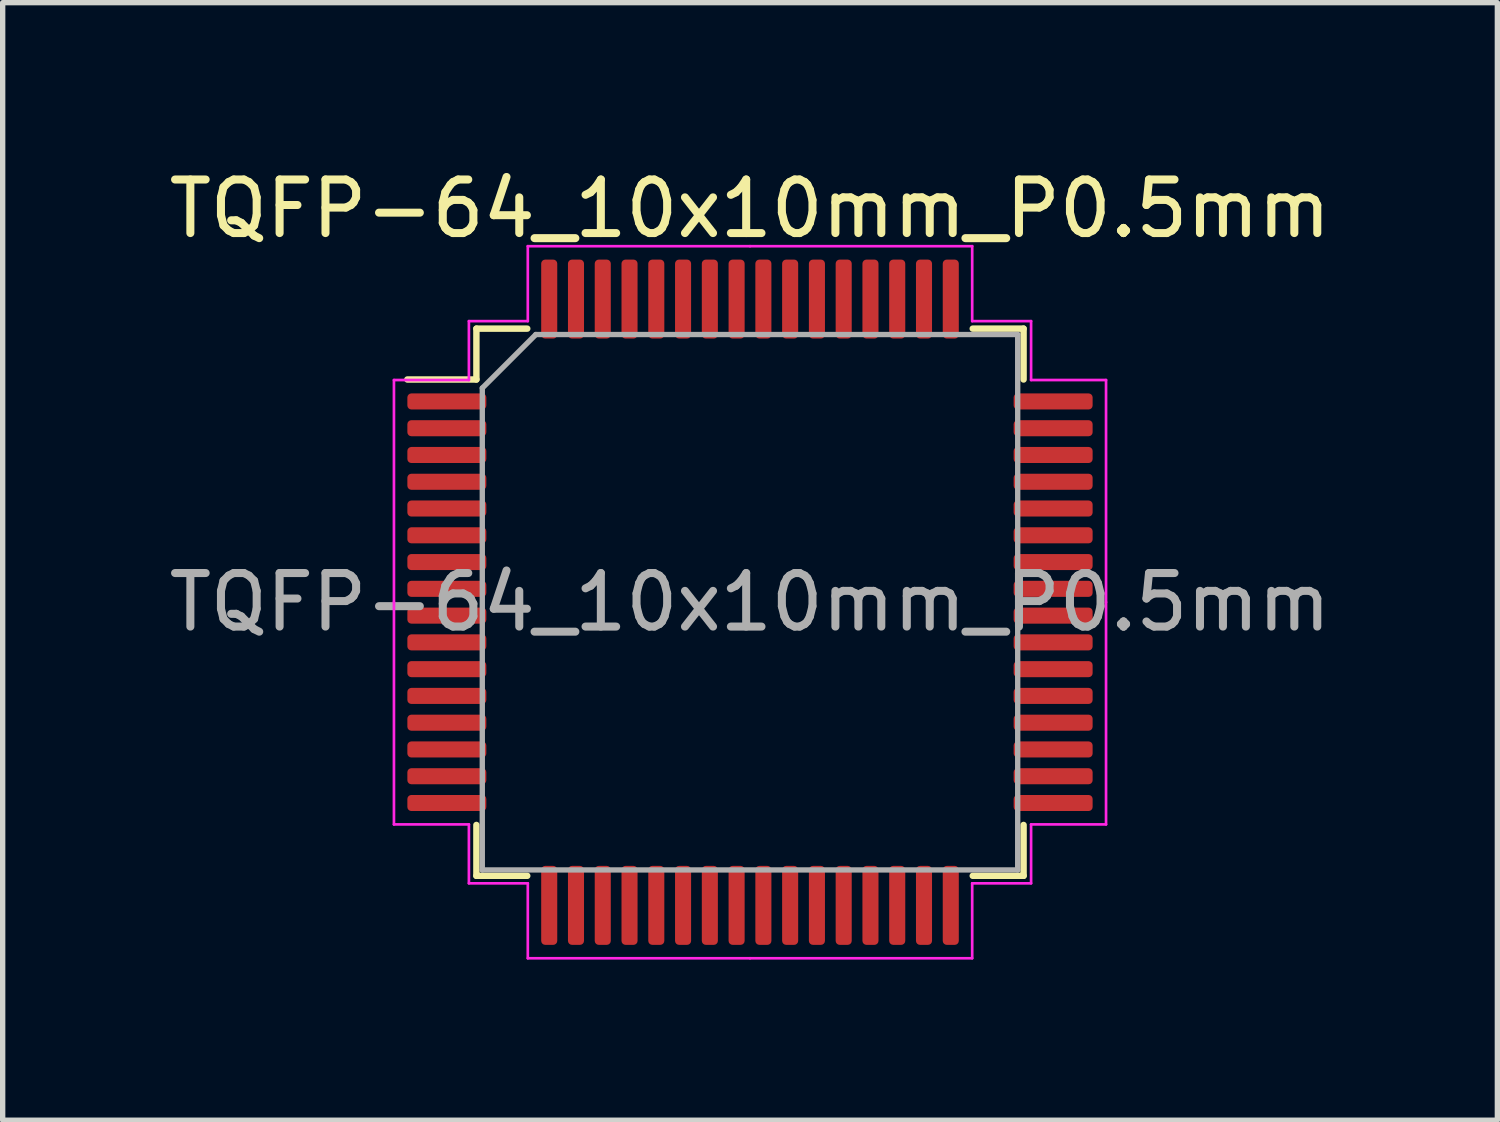
<source format=kicad_pcb>
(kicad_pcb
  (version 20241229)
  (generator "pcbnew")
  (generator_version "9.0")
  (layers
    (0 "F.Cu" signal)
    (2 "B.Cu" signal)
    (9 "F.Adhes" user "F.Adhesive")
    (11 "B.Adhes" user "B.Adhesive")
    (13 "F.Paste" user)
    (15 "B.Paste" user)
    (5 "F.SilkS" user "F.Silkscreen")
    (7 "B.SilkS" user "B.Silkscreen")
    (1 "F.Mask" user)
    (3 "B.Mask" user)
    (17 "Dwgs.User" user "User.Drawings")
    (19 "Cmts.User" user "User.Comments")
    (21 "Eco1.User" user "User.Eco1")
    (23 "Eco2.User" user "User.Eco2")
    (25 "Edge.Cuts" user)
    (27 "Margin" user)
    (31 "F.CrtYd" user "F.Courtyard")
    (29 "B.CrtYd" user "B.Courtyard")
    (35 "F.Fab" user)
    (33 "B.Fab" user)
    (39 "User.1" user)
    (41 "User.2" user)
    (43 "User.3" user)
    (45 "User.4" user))
  (footprint "TQFP-64_10x10mm_P0.5mm"
    (layer "F.Cu")
    (at 10.958 8.198)
    (property "Reference" "TQFP-64_10x10mm_P0.5mm" (at 0 -7.35 0) (layer "F.SilkS") (effects (font (size 1 1) (thickness 0.15))))
    (attr smd)
    (fp_line (start -5.11 -5.11) (end -5.11 -4.16) (stroke (width 0.12) (type solid)) (layer "F.SilkS"))
    (fp_line (start -5.11 -4.16) (end -6.4 -4.16) (stroke (width 0.12) (type solid)) (layer "F.SilkS"))
    (fp_line (start -5.11 5.11) (end -5.11 4.16) (stroke (width 0.12) (type solid)) (layer "F.SilkS"))
    (fp_line (start -4.16 -5.11) (end -5.11 -5.11) (stroke (width 0.12) (type solid)) (layer "F.SilkS"))
    (fp_line (start -4.16 5.11) (end -5.11 5.11) (stroke (width 0.12) (type solid)) (layer "F.SilkS"))
    (fp_line (start 4.16 -5.11) (end 5.11 -5.11) (stroke (width 0.12) (type solid)) (layer "F.SilkS"))
    (fp_line (start 4.16 5.11) (end 5.11 5.11) (stroke (width 0.12) (type solid)) (layer "F.SilkS"))
    (fp_line (start 5.11 -5.11) (end 5.11 -4.16) (stroke (width 0.12) (type solid)) (layer "F.SilkS"))
    (fp_line (start 5.11 5.11) (end 5.11 4.16) (stroke (width 0.12) (type solid)) (layer "F.SilkS"))
    (fp_line (start -6.65 -4.15) (end -6.65 0) (stroke (width 0.05) (type solid)) (layer "F.CrtYd"))
    (fp_line (start -6.65 4.15) (end -6.65 0) (stroke (width 0.05) (type solid)) (layer "F.CrtYd"))
    (fp_line (start -5.25 -5.25) (end -5.25 -4.15) (stroke (width 0.05) (type solid)) (layer "F.CrtYd"))
    (fp_line (start -5.25 -4.15) (end -6.65 -4.15) (stroke (width 0.05) (type solid)) (layer "F.CrtYd"))
    (fp_line (start -5.25 4.15) (end -6.65 4.15) (stroke (width 0.05) (type solid)) (layer "F.CrtYd"))
    (fp_line (start -5.25 5.25) (end -5.25 4.15) (stroke (width 0.05) (type solid)) (layer "F.CrtYd"))
    (fp_line (start -4.15 -6.65) (end -4.15 -5.25) (stroke (width 0.05) (type solid)) (layer "F.CrtYd"))
    (fp_line (start -4.15 -5.25) (end -5.25 -5.25) (stroke (width 0.05) (type solid)) (layer "F.CrtYd"))
    (fp_line (start -4.15 5.25) (end -5.25 5.25) (stroke (width 0.05) (type solid)) (layer "F.CrtYd"))
    (fp_line (start -4.15 6.65) (end -4.15 5.25) (stroke (width 0.05) (type solid)) (layer "F.CrtYd"))
    (fp_line (start 0 -6.65) (end -4.15 -6.65) (stroke (width 0.05) (type solid)) (layer "F.CrtYd"))
    (fp_line (start 0 -6.65) (end 4.15 -6.65) (stroke (width 0.05) (type solid)) (layer "F.CrtYd"))
    (fp_line (start 0 6.65) (end -4.15 6.65) (stroke (width 0.05) (type solid)) (layer "F.CrtYd"))
    (fp_line (start 0 6.65) (end 4.15 6.65) (stroke (width 0.05) (type solid)) (layer "F.CrtYd"))
    (fp_line (start 4.15 -6.65) (end 4.15 -5.25) (stroke (width 0.05) (type solid)) (layer "F.CrtYd"))
    (fp_line (start 4.15 -5.25) (end 5.25 -5.25) (stroke (width 0.05) (type solid)) (layer "F.CrtYd"))
    (fp_line (start 4.15 5.25) (end 5.25 5.25) (stroke (width 0.05) (type solid)) (layer "F.CrtYd"))
    (fp_line (start 4.15 6.65) (end 4.15 5.25) (stroke (width 0.05) (type solid)) (layer "F.CrtYd"))
    (fp_line (start 5.25 -5.25) (end 5.25 -4.15) (stroke (width 0.05) (type solid)) (layer "F.CrtYd"))
    (fp_line (start 5.25 -4.15) (end 6.65 -4.15) (stroke (width 0.05) (type solid)) (layer "F.CrtYd"))
    (fp_line (start 5.25 4.15) (end 6.65 4.15) (stroke (width 0.05) (type solid)) (layer "F.CrtYd"))
    (fp_line (start 5.25 5.25) (end 5.25 4.15) (stroke (width 0.05) (type solid)) (layer "F.CrtYd"))
    (fp_line (start 6.65 -4.15) (end 6.65 0) (stroke (width 0.05) (type solid)) (layer "F.CrtYd"))
    (fp_line (start 6.65 4.15) (end 6.65 0) (stroke (width 0.05) (type solid)) (layer "F.CrtYd"))
    (fp_line (start -5 -4) (end -4 -5) (stroke (width 0.1) (type solid)) (layer "F.Fab"))
    (fp_line (start -5 5) (end -5 -4) (stroke (width 0.1) (type solid)) (layer "F.Fab"))
    (fp_line (start -4 -5) (end 5 -5) (stroke (width 0.1) (type solid)) (layer "F.Fab"))
    (fp_line (start 5 -5) (end 5 5) (stroke (width 0.1) (type solid)) (layer "F.Fab"))
    (fp_line (start 5 5) (end -5 5) (stroke (width 0.1) (type solid)) (layer "F.Fab"))
    (fp_text user "${REFERENCE}" (at 0 0 0) (layer "F.Fab") (effects (font (size 1 1) (thickness 0.15))))
    (pad "1" smd roundrect (at -5.662 -3.75) (size 1.475 0.3) (layers "F.Cu" "F.Mask" "F.Paste") (roundrect_rratio 0.25))
    (pad "2" smd roundrect (at -5.662 -3.25) (size 1.475 0.3) (layers "F.Cu" "F.Mask" "F.Paste") (roundrect_rratio 0.25))
    (pad "3" smd roundrect (at -5.662 -2.75) (size 1.475 0.3) (layers "F.Cu" "F.Mask" "F.Paste") (roundrect_rratio 0.25))
    (pad "4" smd roundrect (at -5.662 -2.25) (size 1.475 0.3) (layers "F.Cu" "F.Mask" "F.Paste") (roundrect_rratio 0.25))
    (pad "5" smd roundrect (at -5.662 -1.75) (size 1.475 0.3) (layers "F.Cu" "F.Mask" "F.Paste") (roundrect_rratio 0.25))
    (pad "6" smd roundrect (at -5.662 -1.25) (size 1.475 0.3) (layers "F.Cu" "F.Mask" "F.Paste") (roundrect_rratio 0.25))
    (pad "7" smd roundrect (at -5.662 -0.75) (size 1.475 0.3) (layers "F.Cu" "F.Mask" "F.Paste") (roundrect_rratio 0.25))
    (pad "8" smd roundrect (at -5.662 -0.25) (size 1.475 0.3) (layers "F.Cu" "F.Mask" "F.Paste") (roundrect_rratio 0.25))
    (pad "9" smd roundrect (at -5.662 0.25) (size 1.475 0.3) (layers "F.Cu" "F.Mask" "F.Paste") (roundrect_rratio 0.25))
    (pad "10" smd roundrect (at -5.662 0.75) (size 1.475 0.3) (layers "F.Cu" "F.Mask" "F.Paste") (roundrect_rratio 0.25))
    (pad "11" smd roundrect (at -5.662 1.25) (size 1.475 0.3) (layers "F.Cu" "F.Mask" "F.Paste") (roundrect_rratio 0.25))
    (pad "12" smd roundrect (at -5.662 1.75) (size 1.475 0.3) (layers "F.Cu" "F.Mask" "F.Paste") (roundrect_rratio 0.25))
    (pad "13" smd roundrect (at -5.662 2.25) (size 1.475 0.3) (layers "F.Cu" "F.Mask" "F.Paste") (roundrect_rratio 0.25))
    (pad "14" smd roundrect (at -5.662 2.75) (size 1.475 0.3) (layers "F.Cu" "F.Mask" "F.Paste") (roundrect_rratio 0.25))
    (pad "15" smd roundrect (at -5.662 3.25) (size 1.475 0.3) (layers "F.Cu" "F.Mask" "F.Paste") (roundrect_rratio 0.25))
    (pad "16" smd roundrect (at -5.662 3.75) (size 1.475 0.3) (layers "F.Cu" "F.Mask" "F.Paste") (roundrect_rratio 0.25))
    (pad "17" smd roundrect (at -3.75 5.662) (size 0.3 1.475) (layers "F.Cu" "F.Mask" "F.Paste") (roundrect_rratio 0.25))
    (pad "18" smd roundrect (at -3.25 5.662) (size 0.3 1.475) (layers "F.Cu" "F.Mask" "F.Paste") (roundrect_rratio 0.25))
    (pad "19" smd roundrect (at -2.75 5.662) (size 0.3 1.475) (layers "F.Cu" "F.Mask" "F.Paste") (roundrect_rratio 0.25))
    (pad "20" smd roundrect (at -2.25 5.662) (size 0.3 1.475) (layers "F.Cu" "F.Mask" "F.Paste") (roundrect_rratio 0.25))
    (pad "21" smd roundrect (at -1.75 5.662) (size 0.3 1.475) (layers "F.Cu" "F.Mask" "F.Paste") (roundrect_rratio 0.25))
    (pad "22" smd roundrect (at -1.25 5.662) (size 0.3 1.475) (layers "F.Cu" "F.Mask" "F.Paste") (roundrect_rratio 0.25))
    (pad "23" smd roundrect (at -0.75 5.662) (size 0.3 1.475) (layers "F.Cu" "F.Mask" "F.Paste") (roundrect_rratio 0.25))
    (pad "24" smd roundrect (at -0.25 5.662) (size 0.3 1.475) (layers "F.Cu" "F.Mask" "F.Paste") (roundrect_rratio 0.25))
    (pad "25" smd roundrect (at 0.25 5.662) (size 0.3 1.475) (layers "F.Cu" "F.Mask" "F.Paste") (roundrect_rratio 0.25))
    (pad "26" smd roundrect (at 0.75 5.662) (size 0.3 1.475) (layers "F.Cu" "F.Mask" "F.Paste") (roundrect_rratio 0.25))
    (pad "27" smd roundrect (at 1.25 5.662) (size 0.3 1.475) (layers "F.Cu" "F.Mask" "F.Paste") (roundrect_rratio 0.25))
    (pad "28" smd roundrect (at 1.75 5.662) (size 0.3 1.475) (layers "F.Cu" "F.Mask" "F.Paste") (roundrect_rratio 0.25))
    (pad "29" smd roundrect (at 2.25 5.662) (size 0.3 1.475) (layers "F.Cu" "F.Mask" "F.Paste") (roundrect_rratio 0.25))
    (pad "30" smd roundrect (at 2.75 5.662) (size 0.3 1.475) (layers "F.Cu" "F.Mask" "F.Paste") (roundrect_rratio 0.25))
    (pad "31" smd roundrect (at 3.25 5.662) (size 0.3 1.475) (layers "F.Cu" "F.Mask" "F.Paste") (roundrect_rratio 0.25))
    (pad "32" smd roundrect (at 3.75 5.662) (size 0.3 1.475) (layers "F.Cu" "F.Mask" "F.Paste") (roundrect_rratio 0.25))
    (pad "33" smd roundrect (at 5.662 3.75) (size 1.475 0.3) (layers "F.Cu" "F.Mask" "F.Paste") (roundrect_rratio 0.25))
    (pad "34" smd roundrect (at 5.662 3.25) (size 1.475 0.3) (layers "F.Cu" "F.Mask" "F.Paste") (roundrect_rratio 0.25))
    (pad "35" smd roundrect (at 5.662 2.75) (size 1.475 0.3) (layers "F.Cu" "F.Mask" "F.Paste") (roundrect_rratio 0.25))
    (pad "36" smd roundrect (at 5.662 2.25) (size 1.475 0.3) (layers "F.Cu" "F.Mask" "F.Paste") (roundrect_rratio 0.25))
    (pad "37" smd roundrect (at 5.662 1.75) (size 1.475 0.3) (layers "F.Cu" "F.Mask" "F.Paste") (roundrect_rratio 0.25))
    (pad "38" smd roundrect (at 5.662 1.25) (size 1.475 0.3) (layers "F.Cu" "F.Mask" "F.Paste") (roundrect_rratio 0.25))
    (pad "39" smd roundrect (at 5.662 0.75) (size 1.475 0.3) (layers "F.Cu" "F.Mask" "F.Paste") (roundrect_rratio 0.25))
    (pad "40" smd roundrect (at 5.662 0.25) (size 1.475 0.3) (layers "F.Cu" "F.Mask" "F.Paste") (roundrect_rratio 0.25))
    (pad "41" smd roundrect (at 5.662 -0.25) (size 1.475 0.3) (layers "F.Cu" "F.Mask" "F.Paste") (roundrect_rratio 0.25))
    (pad "42" smd roundrect (at 5.662 -0.75) (size 1.475 0.3) (layers "F.Cu" "F.Mask" "F.Paste") (roundrect_rratio 0.25))
    (pad "43" smd roundrect (at 5.662 -1.25) (size 1.475 0.3) (layers "F.Cu" "F.Mask" "F.Paste") (roundrect_rratio 0.25))
    (pad "44" smd roundrect (at 5.662 -1.75) (size 1.475 0.3) (layers "F.Cu" "F.Mask" "F.Paste") (roundrect_rratio 0.25))
    (pad "45" smd roundrect (at 5.662 -2.25) (size 1.475 0.3) (layers "F.Cu" "F.Mask" "F.Paste") (roundrect_rratio 0.25))
    (pad "46" smd roundrect (at 5.662 -2.75) (size 1.475 0.3) (layers "F.Cu" "F.Mask" "F.Paste") (roundrect_rratio 0.25))
    (pad "47" smd roundrect (at 5.662 -3.25) (size 1.475 0.3) (layers "F.Cu" "F.Mask" "F.Paste") (roundrect_rratio 0.25))
    (pad "48" smd roundrect (at 5.662 -3.75) (size 1.475 0.3) (layers "F.Cu" "F.Mask" "F.Paste") (roundrect_rratio 0.25))
    (pad "49" smd roundrect (at 3.75 -5.662) (size 0.3 1.475) (layers "F.Cu" "F.Mask" "F.Paste") (roundrect_rratio 0.25))
    (pad "50" smd roundrect (at 3.25 -5.662) (size 0.3 1.475) (layers "F.Cu" "F.Mask" "F.Paste") (roundrect_rratio 0.25))
    (pad "51" smd roundrect (at 2.75 -5.662) (size 0.3 1.475) (layers "F.Cu" "F.Mask" "F.Paste") (roundrect_rratio 0.25))
    (pad "52" smd roundrect (at 2.25 -5.662) (size 0.3 1.475) (layers "F.Cu" "F.Mask" "F.Paste") (roundrect_rratio 0.25))
    (pad "53" smd roundrect (at 1.75 -5.662) (size 0.3 1.475) (layers "F.Cu" "F.Mask" "F.Paste") (roundrect_rratio 0.25))
    (pad "54" smd roundrect (at 1.25 -5.662) (size 0.3 1.475) (layers "F.Cu" "F.Mask" "F.Paste") (roundrect_rratio 0.25))
    (pad "55" smd roundrect (at 0.75 -5.662) (size 0.3 1.475) (layers "F.Cu" "F.Mask" "F.Paste") (roundrect_rratio 0.25))
    (pad "56" smd roundrect (at 0.25 -5.662) (size 0.3 1.475) (layers "F.Cu" "F.Mask" "F.Paste") (roundrect_rratio 0.25))
    (pad "57" smd roundrect (at -0.25 -5.662) (size 0.3 1.475) (layers "F.Cu" "F.Mask" "F.Paste") (roundrect_rratio 0.25))
    (pad "58" smd roundrect (at -0.75 -5.662) (size 0.3 1.475) (layers "F.Cu" "F.Mask" "F.Paste") (roundrect_rratio 0.25))
    (pad "59" smd roundrect (at -1.25 -5.662) (size 0.3 1.475) (layers "F.Cu" "F.Mask" "F.Paste") (roundrect_rratio 0.25))
    (pad "60" smd roundrect (at -1.75 -5.662) (size 0.3 1.475) (layers "F.Cu" "F.Mask" "F.Paste") (roundrect_rratio 0.25))
    (pad "61" smd roundrect (at -2.25 -5.662) (size 0.3 1.475) (layers "F.Cu" "F.Mask" "F.Paste") (roundrect_rratio 0.25))
    (pad "62" smd roundrect (at -2.75 -5.662) (size 0.3 1.475) (layers "F.Cu" "F.Mask" "F.Paste") (roundrect_rratio 0.25))
    (pad "63" smd roundrect (at -3.25 -5.662) (size 0.3 1.475) (layers "F.Cu" "F.Mask" "F.Paste") (roundrect_rratio 0.25))
    (pad "64" smd roundrect (at -3.75 -5.662) (size 0.3 1.475) (layers "F.Cu" "F.Mask" "F.Paste") (roundrect_rratio 0.25)))
  (gr_rect
    (start -3 -3)
    (end 24.917 17.873)
    (stroke (width 0.1) (type default))
    (fill no)
    (layer "Edge.Cuts")))
</source>
